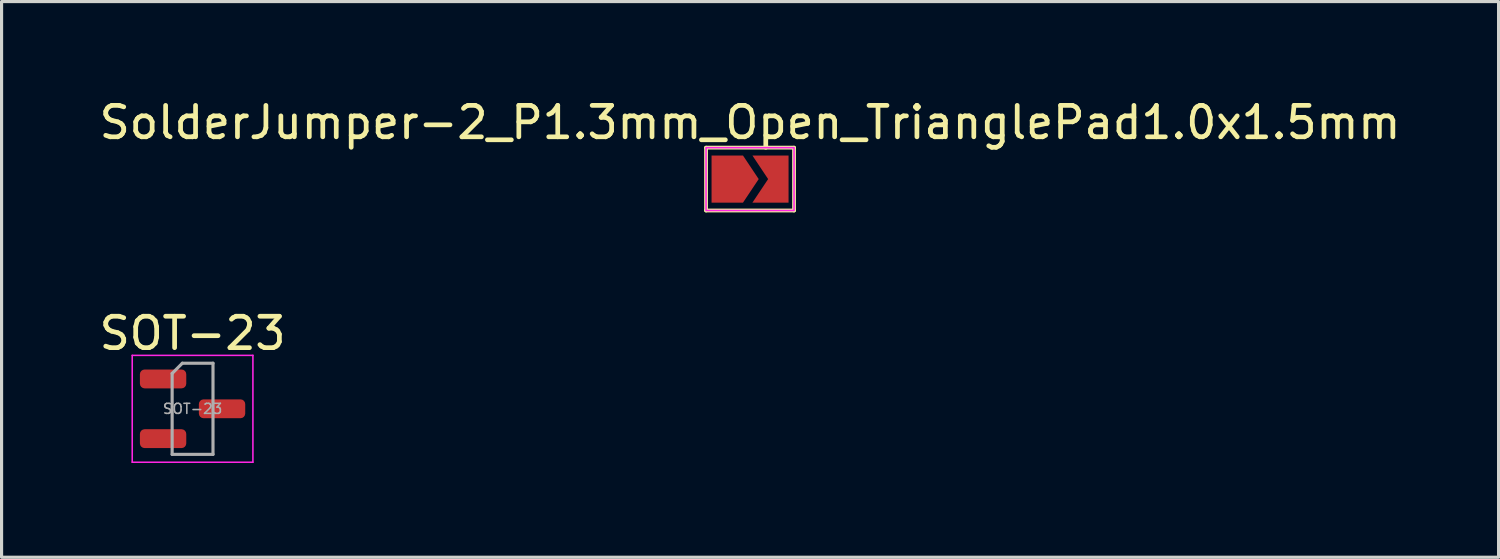
<source format=kicad_pcb>
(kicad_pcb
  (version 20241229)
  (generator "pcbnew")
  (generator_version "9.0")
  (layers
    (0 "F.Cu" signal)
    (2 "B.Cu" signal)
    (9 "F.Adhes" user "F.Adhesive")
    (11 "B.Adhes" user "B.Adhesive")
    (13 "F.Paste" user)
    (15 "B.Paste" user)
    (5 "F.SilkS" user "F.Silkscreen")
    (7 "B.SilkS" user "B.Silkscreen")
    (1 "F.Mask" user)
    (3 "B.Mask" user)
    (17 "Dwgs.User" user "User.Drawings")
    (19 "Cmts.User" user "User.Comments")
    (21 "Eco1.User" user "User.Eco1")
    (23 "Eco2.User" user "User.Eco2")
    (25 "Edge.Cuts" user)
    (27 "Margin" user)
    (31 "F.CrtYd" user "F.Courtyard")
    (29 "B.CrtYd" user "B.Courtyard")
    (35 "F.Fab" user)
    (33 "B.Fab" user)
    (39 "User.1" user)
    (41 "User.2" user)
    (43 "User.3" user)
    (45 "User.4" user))
  (footprint "SOT-23"
    (layer "F.Cu")
    (at 3.077 9.957)
    (property "Reference" "SOT-23" (at 0 -2.4 0) (layer "F.SilkS") (effects (font (size 1 1) (thickness 0.15))))
    (attr smd)
    (fp_line (start -1.92 -1.7) (end -1.92 1.7) (stroke (width 0.05) (type solid)) (layer "F.CrtYd"))
    (fp_line (start -1.92 1.7) (end 1.92 1.7) (stroke (width 0.05) (type solid)) (layer "F.CrtYd"))
    (fp_line (start 1.92 -1.7) (end -1.92 -1.7) (stroke (width 0.05) (type solid)) (layer "F.CrtYd"))
    (fp_line (start 1.92 1.7) (end 1.92 -1.7) (stroke (width 0.05) (type solid)) (layer "F.CrtYd"))
    (fp_line (start -0.65 -1.125) (end -0.325 -1.45) (stroke (width 0.1) (type solid)) (layer "F.Fab"))
    (fp_line (start -0.65 1.45) (end -0.65 -1.125) (stroke (width 0.1) (type solid)) (layer "F.Fab"))
    (fp_line (start -0.325 -1.45) (end 0.65 -1.45) (stroke (width 0.1) (type solid)) (layer "F.Fab"))
    (fp_line (start 0.65 -1.45) (end 0.65 1.45) (stroke (width 0.1) (type solid)) (layer "F.Fab"))
    (fp_line (start 0.65 1.45) (end -0.65 1.45) (stroke (width 0.1) (type solid)) (layer "F.Fab"))
    (fp_text user "${REFERENCE}" (at 0 0 0) (layer "F.Fab") (effects (font (size 0.32 0.32) (thickness 0.05))))
    (pad "1" smd roundrect (at -0.938 -0.95) (size 1.475 0.6) (layers "F.Cu" "F.Mask" "F.Paste") (roundrect_rratio 0.25))
    (pad "2" smd roundrect (at -0.938 0.95) (size 1.475 0.6) (layers "F.Cu" "F.Mask" "F.Paste") (roundrect_rratio 0.25))
    (pad "3" smd roundrect (at 0.938 0) (size 1.475 0.6) (layers "F.Cu" "F.Mask" "F.Paste") (roundrect_rratio 0.25)))
  (footprint "SolderJumper-2_P1.3mm_Open_TrianglePad1.0x1.5mm"
    (layer "F.Cu")
    (at 20.815 2.648)
    (property "Reference" "SolderJumper-2_P1.3mm_Open_TrianglePad1.0x1.5mm" (at 0 -1.8 0) (layer "F.SilkS") (effects (font (size 1 1) (thickness 0.15))))
    (attr exclude_from_pos_files exclude_from_bom)
    (fp_line (start -1.4 -1) (end 1.4 -1) (stroke (width 0.12) (type solid)) (layer "F.SilkS"))
    (fp_line (start -1.4 1) (end -1.4 -1) (stroke (width 0.12) (type solid)) (layer "F.SilkS"))
    (fp_line (start 1.4 -1) (end 1.4 1) (stroke (width 0.12) (type solid)) (layer "F.SilkS"))
    (fp_line (start 1.4 1) (end -1.4 1) (stroke (width 0.12) (type solid)) (layer "F.SilkS"))
    (fp_rect (start -1.4 -1) (end 1.4 1) (stroke (width 0.05) (type solid)) (fill no) (layer "F.CrtYd"))
    (pad "1" smd custom (at -0.725 0) (size 0.3 0.3) (layers "F.Cu" "F.Mask") (options (anchor rect)) (primitives (gr_poly (pts (xy 1 0) (xy 0.5 0.75) (xy -0.5 0.75) (xy -0.5 -0.75) (xy 0.5 -0.75)) (width 0) (fill yes))))
    (pad "2" smd custom (at 0.725 0) (size 0.3 0.3) (layers "F.Cu" "F.Mask") (options (anchor rect)) (primitives (gr_poly (pts (xy 0.5 0.75) (xy -0.65 0.75) (xy -0.15 0) (xy -0.65 -0.75) (xy 0.5 -0.75)) (width 0) (fill yes)))))
  (gr_rect
    (start -3 -3)
    (end 44.631 14.681)
    (stroke (width 0.1) (type default))
    (fill no)
    (layer "Edge.Cuts")))
</source>
